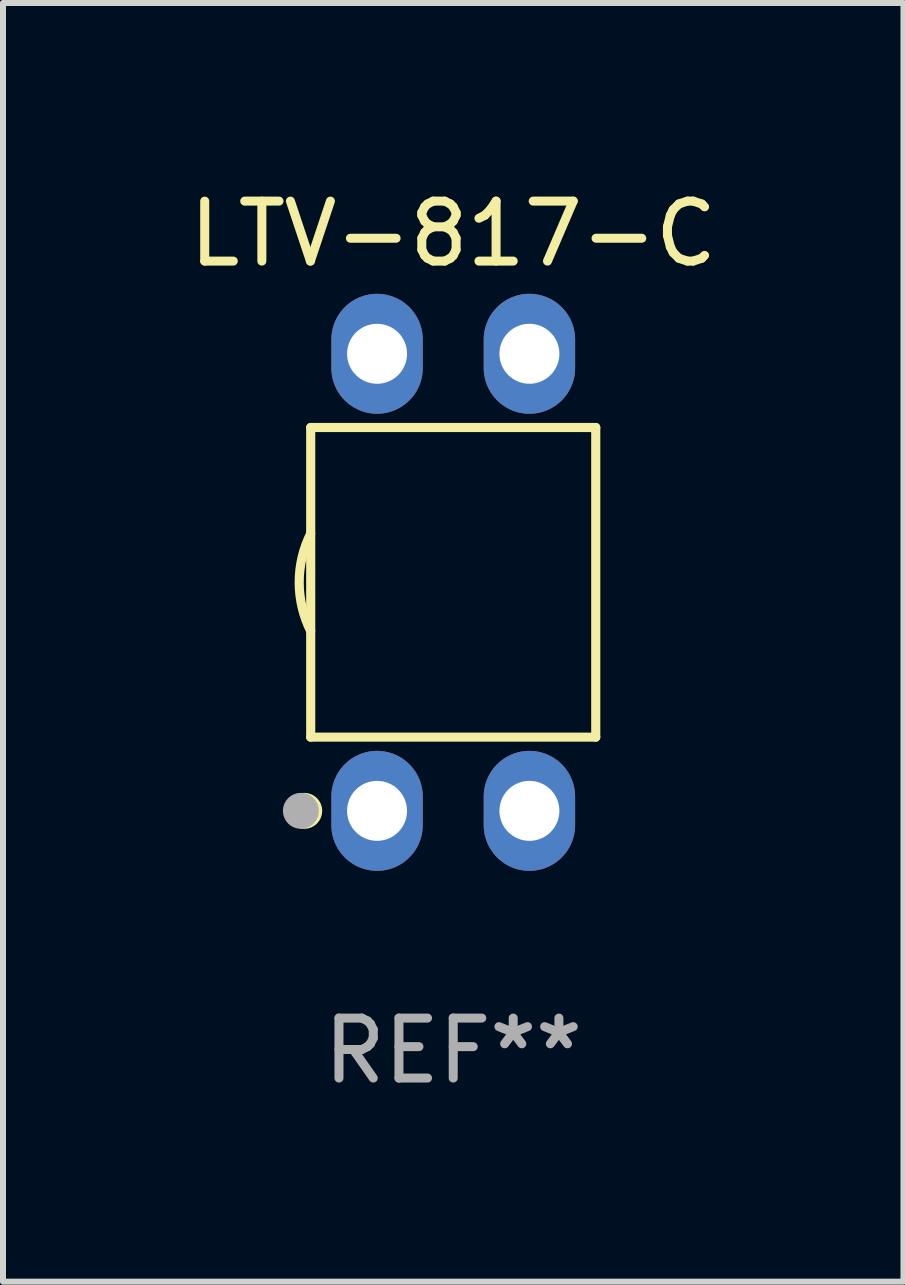
<source format=kicad_pcb>
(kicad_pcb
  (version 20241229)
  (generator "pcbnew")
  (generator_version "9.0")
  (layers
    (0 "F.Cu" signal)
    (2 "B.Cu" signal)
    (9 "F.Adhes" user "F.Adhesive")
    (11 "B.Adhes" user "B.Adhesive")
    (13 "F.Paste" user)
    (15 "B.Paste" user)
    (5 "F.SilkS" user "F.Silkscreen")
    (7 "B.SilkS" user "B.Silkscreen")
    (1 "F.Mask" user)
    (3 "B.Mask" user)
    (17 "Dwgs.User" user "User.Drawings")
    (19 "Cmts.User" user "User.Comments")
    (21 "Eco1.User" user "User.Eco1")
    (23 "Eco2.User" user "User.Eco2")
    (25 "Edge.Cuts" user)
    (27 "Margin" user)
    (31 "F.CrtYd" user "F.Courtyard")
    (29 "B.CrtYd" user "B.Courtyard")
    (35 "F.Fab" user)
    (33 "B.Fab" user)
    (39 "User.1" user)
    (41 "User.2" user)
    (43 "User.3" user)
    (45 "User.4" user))
  (footprint "LTV-817-C"
    (layer "F.Cu")
    (at 4.506 6.658)
    (property "Reference" "LTV-817-C" (at 0 -5.81 0) (layer "F.SilkS") (effects (font (size 1 1) (thickness 0.15))))
    (attr through_hole)
    (fp_line (start -2.376 -2.581) (end 2.376 -2.581) (stroke (width 0.152) (type solid)) (layer "F.SilkS"))
    (fp_line (start -2.376 2.581) (end -2.376 -2.581) (stroke (width 0.152) (type solid)) (layer "F.SilkS"))
    (fp_line (start 2.376 -2.581) (end 2.376 2.581) (stroke (width 0.152) (type solid)) (layer "F.SilkS"))
    (fp_line (start 2.376 2.581) (end -2.376 2.581) (stroke (width 0.152) (type solid)) (layer "F.SilkS"))
    (fp_arc (start -2.3762 0.812496) (mid -2.568004 0) (end -2.3762 -0.812497) (stroke (width 0.1524) (type solid)) (layer "F.SilkS"))
    (fp_circle (center -2.484 3.81) (end -2.334 3.81) (stroke (width 0.3) (type solid)) (fill no) (layer "F.SilkS"))
    (fp_circle (center -2.3 3.935) (end -2.27 3.935) (stroke (width 0.06) (type solid)) (fill no) (layer "F.SilkS"))
    (fp_circle (center -2.54 3.81) (end -2.39 3.81) (stroke (width 0.3) (type solid)) (fill no) (layer "F.Fab"))
    (fp_text user "REF**" (at 0 7.81 0) (layer "F.Fab") (effects (font (size 1 1) (thickness 0.15))))
    (pad "1" thru_hole oval (at -1.27 3.81) (size 1.524 2) (drill 1) (layers "*.Cu" "*.Mask"))
    (pad "2" thru_hole oval (at 1.27 3.81) (size 1.524 2) (drill 1) (layers "*.Cu" "*.Mask"))
    (pad "3" thru_hole oval (at 1.27 -3.81) (size 1.524 2) (drill 1) (layers "*.Cu" "*.Mask"))
    (pad "4" thru_hole oval (at -1.27 -3.81) (size 1.524 2) (drill 1) (layers "*.Cu" "*.Mask")))
  (gr_rect
    (start -3 -3)
    (end 12.012 18.317)
    (stroke (width 0.1) (type default))
    (fill no)
    (layer "Edge.Cuts")))
</source>
